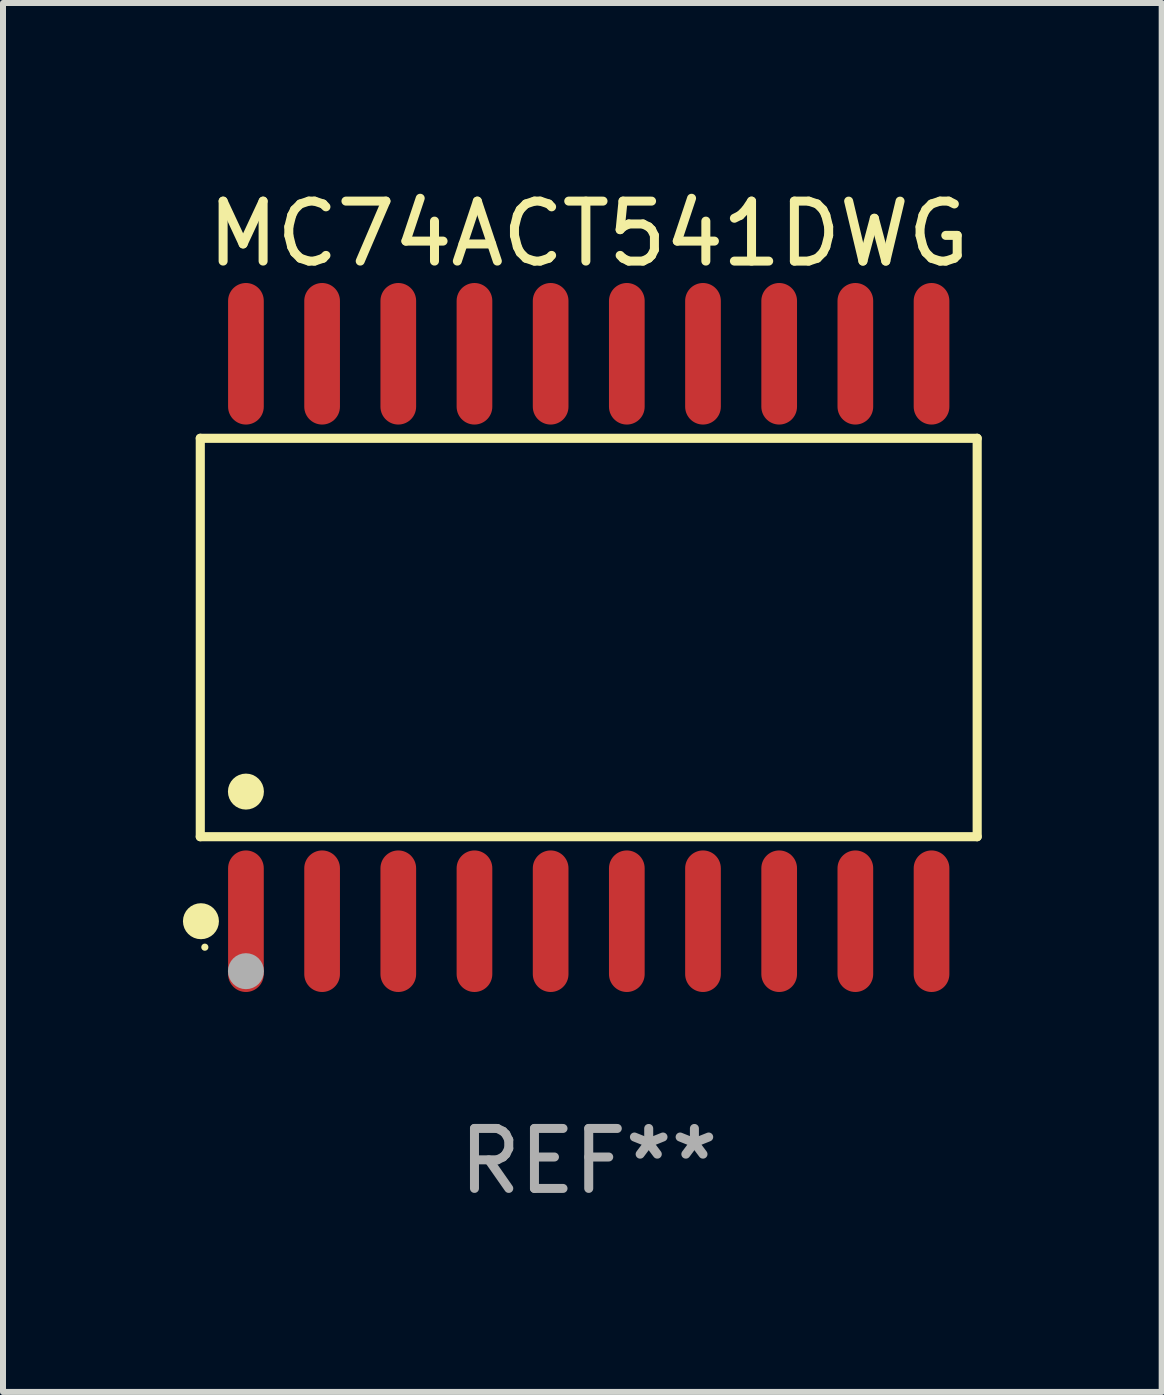
<source format=kicad_pcb>
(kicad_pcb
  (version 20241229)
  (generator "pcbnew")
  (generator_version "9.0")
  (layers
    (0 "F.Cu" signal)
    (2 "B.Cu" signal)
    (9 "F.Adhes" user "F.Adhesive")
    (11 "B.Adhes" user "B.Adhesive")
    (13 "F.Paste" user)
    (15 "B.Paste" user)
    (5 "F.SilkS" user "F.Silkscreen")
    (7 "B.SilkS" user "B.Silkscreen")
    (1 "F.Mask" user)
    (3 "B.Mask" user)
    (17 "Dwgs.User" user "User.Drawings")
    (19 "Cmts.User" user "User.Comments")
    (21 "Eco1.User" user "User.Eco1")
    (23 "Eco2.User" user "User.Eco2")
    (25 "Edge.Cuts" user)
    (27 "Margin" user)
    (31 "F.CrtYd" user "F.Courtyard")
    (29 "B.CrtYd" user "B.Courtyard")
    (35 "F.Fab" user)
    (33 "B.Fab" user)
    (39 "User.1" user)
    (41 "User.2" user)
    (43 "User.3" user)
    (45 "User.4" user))
  (footprint "MC74ACT541DWG"
    (layer "F.Cu")
    (at 6.765 7.578)
    (property "Reference" "MC74ACT541DWG" (at 0 -6.73 0) (layer "F.SilkS") (effects (font (size 1 1) (thickness 0.15))))
    (attr through_hole)
    (fp_line (start -6.476 -3.321) (end 6.476 -3.321) (stroke (width 0.152) (type solid)) (layer "F.SilkS"))
    (fp_line (start -6.476 3.321) (end -6.476 -3.321) (stroke (width 0.152) (type solid)) (layer "F.SilkS"))
    (fp_line (start 6.476 -3.321) (end 6.476 3.321) (stroke (width 0.152) (type solid)) (layer "F.SilkS"))
    (fp_line (start 6.476 3.321) (end -6.476 3.321) (stroke (width 0.152) (type solid)) (layer "F.SilkS"))
    (fp_circle (center -6.465 4.73) (end -6.315 4.73) (stroke (width 0.3) (type solid)) (fill no) (layer "F.SilkS"))
    (fp_circle (center -6.4 5.163) (end -6.37 5.163) (stroke (width 0.06) (type solid)) (fill no) (layer "F.SilkS"))
    (fp_circle (center -5.715 2.569) (end -5.565 2.569) (stroke (width 0.3) (type solid)) (fill no) (layer "F.SilkS"))
    (fp_circle (center -5.715 5.563) (end -5.565 5.563) (stroke (width 0.3) (type solid)) (fill no) (layer "F.Fab"))
    (fp_text user "REF**" (at 0 8.73 0) (layer "F.Fab") (effects (font (size 1 1) (thickness 0.15))))
    (pad "1" smd oval (at -5.715 4.73) (size 0.595 2.36) (layers "F.Cu" "F.Mask" "F.Paste"))
    (pad "2" smd oval (at -4.445 4.73) (size 0.595 2.36) (layers "F.Cu" "F.Mask" "F.Paste"))
    (pad "3" smd oval (at -3.175 4.73) (size 0.595 2.36) (layers "F.Cu" "F.Mask" "F.Paste"))
    (pad "4" smd oval (at -1.905 4.73) (size 0.595 2.36) (layers "F.Cu" "F.Mask" "F.Paste"))
    (pad "5" smd oval (at -0.635 4.73) (size 0.595 2.36) (layers "F.Cu" "F.Mask" "F.Paste"))
    (pad "6" smd oval (at 0.635 4.73) (size 0.595 2.36) (layers "F.Cu" "F.Mask" "F.Paste"))
    (pad "7" smd oval (at 1.905 4.73) (size 0.595 2.36) (layers "F.Cu" "F.Mask" "F.Paste"))
    (pad "8" smd oval (at 3.175 4.73) (size 0.595 2.36) (layers "F.Cu" "F.Mask" "F.Paste"))
    (pad "9" smd oval (at 4.445 4.73) (size 0.595 2.36) (layers "F.Cu" "F.Mask" "F.Paste"))
    (pad "10" smd oval (at 5.715 4.73) (size 0.595 2.36) (layers "F.Cu" "F.Mask" "F.Paste"))
    (pad "11" smd oval (at 5.715 -4.73) (size 0.595 2.36) (layers "F.Cu" "F.Mask" "F.Paste"))
    (pad "12" smd oval (at 4.445 -4.73) (size 0.595 2.36) (layers "F.Cu" "F.Mask" "F.Paste"))
    (pad "13" smd oval (at 3.175 -4.73) (size 0.595 2.36) (layers "F.Cu" "F.Mask" "F.Paste"))
    (pad "14" smd oval (at 1.905 -4.73) (size 0.595 2.36) (layers "F.Cu" "F.Mask" "F.Paste"))
    (pad "15" smd oval (at 0.635 -4.73) (size 0.595 2.36) (layers "F.Cu" "F.Mask" "F.Paste"))
    (pad "16" smd oval (at -0.635 -4.73) (size 0.595 2.36) (layers "F.Cu" "F.Mask" "F.Paste"))
    (pad "17" smd oval (at -1.905 -4.73) (size 0.595 2.36) (layers "F.Cu" "F.Mask" "F.Paste"))
    (pad "18" smd oval (at -3.175 -4.73) (size 0.595 2.36) (layers "F.Cu" "F.Mask" "F.Paste"))
    (pad "19" smd oval (at -4.445 -4.73) (size 0.595 2.36) (layers "F.Cu" "F.Mask" "F.Paste"))
    (pad "20" smd oval (at -5.715 -4.73) (size 0.595 2.36) (layers "F.Cu" "F.Mask" "F.Paste")))
  (gr_rect
    (start -3 -3)
    (end 16.317 20.156)
    (stroke (width 0.1) (type default))
    (fill no)
    (layer "Edge.Cuts")))
</source>
